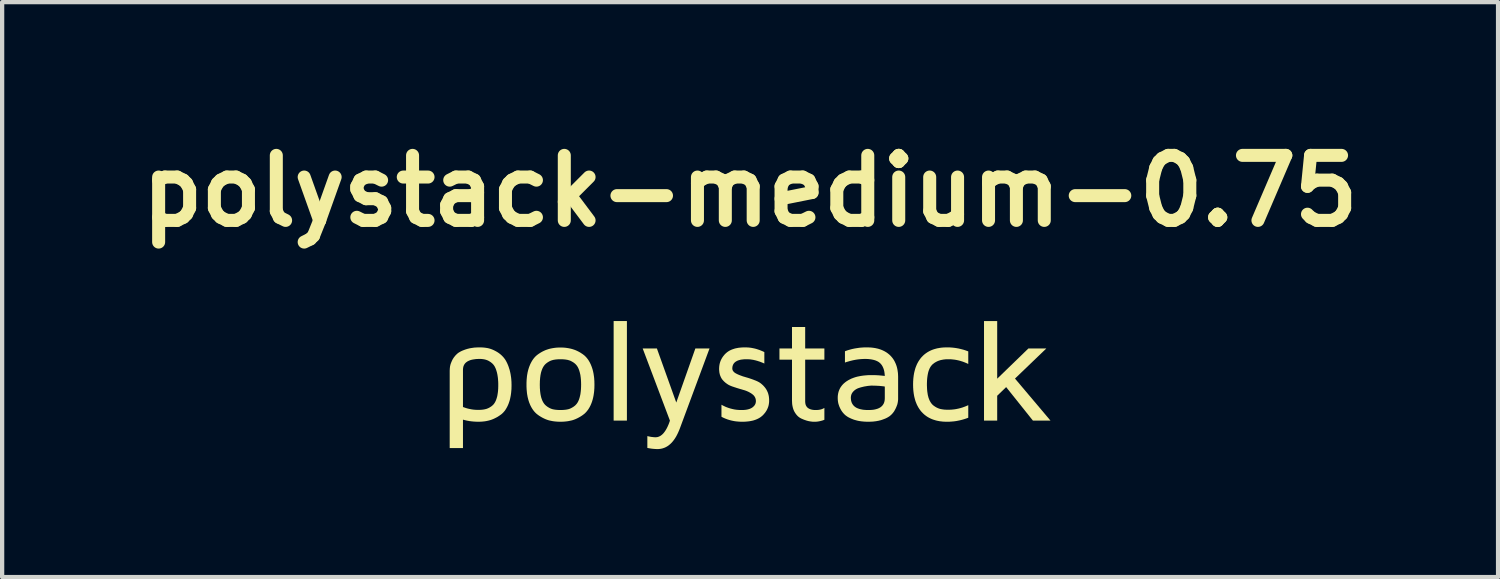
<source format=kicad_pcb>
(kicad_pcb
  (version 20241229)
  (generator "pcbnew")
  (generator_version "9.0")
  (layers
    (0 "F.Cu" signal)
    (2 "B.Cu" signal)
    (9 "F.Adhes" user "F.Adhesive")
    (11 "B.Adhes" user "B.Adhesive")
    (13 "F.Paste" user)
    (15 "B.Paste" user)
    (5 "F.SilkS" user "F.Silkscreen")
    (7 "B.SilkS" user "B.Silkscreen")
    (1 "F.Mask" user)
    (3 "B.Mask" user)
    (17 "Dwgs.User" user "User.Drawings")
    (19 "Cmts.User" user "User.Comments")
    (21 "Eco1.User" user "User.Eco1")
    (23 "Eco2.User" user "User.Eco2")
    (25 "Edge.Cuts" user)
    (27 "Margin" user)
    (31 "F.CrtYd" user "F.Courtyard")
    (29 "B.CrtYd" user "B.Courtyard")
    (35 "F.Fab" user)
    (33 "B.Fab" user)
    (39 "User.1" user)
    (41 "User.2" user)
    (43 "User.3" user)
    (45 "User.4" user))
  (footprint "polystack-medium-0.75"
    (layer "F.Cu")
    (at 14.529 5.974)
    (property "Reference" "polystack-medium-0.75" (at 0 -4.548 0) (layer "F.SilkS") (effects (font (size 1.524 1.524) (thickness 0.305))))
    (attr smd)
    (fp_poly (pts (xy -3.198 0.833) (xy -3.198 -1.5) (xy -2.887 -1.5) (xy -2.887 0.833) (xy -3.198 0.833)) (stroke (width 0) (type solid)) (fill yes) (layer "F.SilkS"))
    (fp_poly (pts (xy 5.482 0.833) (xy 5.482 -1.5) (xy 5.791 -1.5) (xy 5.791 -0.149) (xy 6.522 -0.857) (xy 6.942 -0.857) (xy 6.208 -0.152) (xy 7.04 0.833) (xy 6.628 0.833) (xy 6.001 0.048) (xy 5.791 0.251) (xy 5.791 0.833) (xy 5.482 0.833)) (stroke (width 0) (type solid)) (fill yes) (layer "F.SilkS"))
    (fp_poly (pts (xy 0.688 -0.595) (xy 0.688 -0.857) (xy 0.982 -0.857) (xy 0.982 -1.361) (xy 1.291 -1.361) (xy 1.291 -0.857) (xy 1.741 -0.857) (xy 1.741 -0.595) (xy 1.291 -0.595) (xy 1.291 0.387) (xy 1.292 0.405) (xy 1.294 0.421) (xy 1.296 0.437) (xy 1.3 0.453) (xy 1.304 0.467) (xy 1.31 0.48) (xy 1.317 0.493) (xy 1.325 0.505) (xy 1.333 0.516) (xy 1.343 0.526) (xy 1.354 0.536) (xy 1.366 0.544) (xy 1.379 0.552) (xy 1.393 0.559) (xy 1.408 0.565) (xy 1.424 0.571) (xy 1.441 0.575) (xy 1.459 0.579) (xy 1.478 0.582) (xy 1.498 0.584) (xy 1.519 0.585) (xy 1.541 0.585) (xy 1.545 0.585) (xy 1.567 0.585) (xy 1.589 0.583) (xy 1.611 0.581) (xy 1.632 0.577) (xy 1.652 0.573) (xy 1.671 0.568) (xy 1.69 0.561) (xy 1.707 0.554) (xy 1.725 0.545) (xy 1.741 0.536) (xy 1.741 0.814) (xy 1.722 0.821) (xy 1.703 0.828) (xy 1.683 0.834) (xy 1.664 0.839) (xy 1.645 0.844) (xy 1.626 0.848) (xy 1.606 0.852) (xy 1.587 0.855) (xy 1.568 0.857) (xy 1.548 0.859) (xy 1.529 0.86) (xy 1.51 0.86) (xy 1.502 0.86) (xy 1.484 0.86) (xy 1.466 0.859) (xy 1.448 0.857) (xy 1.429 0.855) (xy 1.41 0.852) (xy 1.391 0.849) (xy 1.371 0.845) (xy 1.355 0.841) (xy 1.339 0.837) (xy 1.321 0.832) (xy 1.304 0.826) (xy 1.285 0.82) (xy 1.266 0.813) (xy 1.246 0.805) (xy 1.225 0.796) (xy 1.204 0.787) (xy 1.187 0.778) (xy 1.17 0.769) (xy 1.154 0.758) (xy 1.138 0.746) (xy 1.123 0.734) (xy 1.109 0.72) (xy 1.095 0.705) (xy 1.082 0.689) (xy 1.069 0.672) (xy 1.057 0.654) (xy 1.045 0.635) (xy 1.036 0.619) (xy 1.028 0.603) (xy 1.021 0.586) (xy 1.014 0.568) (xy 1.008 0.55) (xy 1.003 0.532) (xy 0.998 0.513) (xy 0.994 0.493) (xy 0.99 0.473) (xy 0.987 0.453) (xy 0.985 0.432) (xy 0.984 0.41) (xy 0.983 0.388) (xy 0.982 0.365) (xy 0.982 -0.595) (xy 0.688 -0.595) (xy 0.688 -0.595)) (stroke (width 0) (type solid)) (fill yes) (layer "F.SilkS"))
    (fp_poly (pts (xy -2.517 -0.857) (xy -2.184 -0.857) (xy -1.73 0.41) (xy -1.283 -0.857) (xy -0.951 -0.857) (xy -1.645 1.014) (xy -1.654 1.037) (xy -1.663 1.06) (xy -1.673 1.082) (xy -1.682 1.104) (xy -1.692 1.125) (xy -1.702 1.146) (xy -1.712 1.166) (xy -1.722 1.185) (xy -1.732 1.204) (xy -1.743 1.222) (xy -1.754 1.24) (xy -1.765 1.257) (xy -1.776 1.273) (xy -1.788 1.289) (xy -1.799 1.304) (xy -1.811 1.319) (xy -1.823 1.333) (xy -1.835 1.347) (xy -1.848 1.36) (xy -1.86 1.372) (xy -1.873 1.384) (xy -1.886 1.395) (xy -1.899 1.406) (xy -1.912 1.416) (xy -1.926 1.426) (xy -1.94 1.435) (xy -1.954 1.443) (xy -1.968 1.451) (xy -1.982 1.458) (xy -1.997 1.465) (xy -2.012 1.471) (xy -2.026 1.476) (xy -2.042 1.481) (xy -2.057 1.486) (xy -2.072 1.489) (xy -2.088 1.493) (xy -2.104 1.495) (xy -2.12 1.497) (xy -2.136 1.499) (xy -2.153 1.5) (xy -2.17 1.5) (xy -2.171 1.5) (xy -2.19 1.5) (xy -2.209 1.499) (xy -2.228 1.498) (xy -2.247 1.497) (xy -2.267 1.495) (xy -2.287 1.493) (xy -2.306 1.491) (xy -2.326 1.488) (xy -2.346 1.485) (xy -2.367 1.481) (xy -2.387 1.478) (xy -2.408 1.473) (xy -2.408 1.196) (xy -2.388 1.201) (xy -2.368 1.205) (xy -2.348 1.209) (xy -2.329 1.213) (xy -2.31 1.216) (xy -2.291 1.218) (xy -2.272 1.22) (xy -2.254 1.222) (xy -2.236 1.223) (xy -2.218 1.224) (xy -2.204 1.223) (xy -2.19 1.222) (xy -2.176 1.22) (xy -2.163 1.217) (xy -2.15 1.213) (xy -2.137 1.208) (xy -2.124 1.202) (xy -2.111 1.196) (xy -2.099 1.189) (xy -2.087 1.18) (xy -2.074 1.171) (xy -2.062 1.161) (xy -2.051 1.15) (xy -2.039 1.139) (xy -2.028 1.126) (xy -2.017 1.113) (xy -2.006 1.098) (xy -1.995 1.083) (xy -1.984 1.067) (xy -1.974 1.05) (xy -1.963 1.032) (xy -1.953 1.014) (xy -1.943 0.994) (xy -1.933 0.974) (xy -1.924 0.953) (xy -1.914 0.931) (xy -1.905 0.908) (xy -1.896 0.884) (xy -1.887 0.859) (xy -1.879 0.833) (xy -2.517 -0.857) (xy -2.517 -0.857)) (stroke (width 0) (type solid)) (fill yes) (layer "F.SilkS"))
    (fp_poly (pts (xy 4.025 0.635) (xy 4.013 0.622) (xy 4.002 0.609) (xy 3.991 0.595) (xy 3.981 0.581) (xy 3.971 0.567) (xy 3.961 0.552) (xy 3.951 0.537) (xy 3.942 0.522) (xy 3.933 0.506) (xy 3.925 0.49) (xy 3.916 0.474) (xy 3.908 0.457) (xy 3.901 0.441) (xy 3.894 0.423) (xy 3.887 0.406) (xy 3.88 0.388) (xy 3.874 0.37) (xy 3.868 0.351) (xy 3.863 0.332) (xy 3.858 0.313) (xy 3.853 0.294) (xy 3.848 0.274) (xy 3.844 0.254) (xy 3.84 0.233) (xy 3.837 0.212) (xy 3.833 0.191) (xy 3.831 0.17) (xy 3.828 0.148) (xy 3.826 0.126) (xy 3.824 0.104) (xy 3.823 0.081) (xy 3.821 0.058) (xy 3.821 0.034) (xy 3.82 0.011) (xy 3.82 -0.013) (xy 3.82 -0.037) (xy 3.821 -0.061) (xy 3.821 -0.084) (xy 3.823 -0.107) (xy 3.824 -0.13) (xy 3.826 -0.153) (xy 3.828 -0.175) (xy 3.831 -0.196) (xy 3.833 -0.218) (xy 3.837 -0.239) (xy 3.84 -0.26) (xy 3.844 -0.28) (xy 3.848 -0.3) (xy 3.853 -0.32) (xy 3.858 -0.339) (xy 3.863 -0.358) (xy 3.868 -0.377) (xy 3.874 -0.396) (xy 3.88 -0.414) (xy 3.887 -0.432) (xy 3.894 -0.449) (xy 3.901 -0.466) (xy 3.908 -0.483) (xy 3.916 -0.5) (xy 3.925 -0.516) (xy 3.933 -0.532) (xy 3.942 -0.547) (xy 3.951 -0.563) (xy 3.961 -0.577) (xy 3.971 -0.592) (xy 3.981 -0.606) (xy 3.991 -0.62) (xy 4.002 -0.634) (xy 4.013 -0.647) (xy 4.025 -0.66) (xy 4.038 -0.673) (xy 4.05 -0.686) (xy 4.064 -0.699) (xy 4.077 -0.711) (xy 4.091 -0.722) (xy 4.105 -0.734) (xy 4.12 -0.744) (xy 4.135 -0.755) (xy 4.15 -0.765) (xy 4.166 -0.775) (xy 4.182 -0.784) (xy 4.198 -0.793) (xy 4.215 -0.801) (xy 4.231 -0.809) (xy 4.249 -0.817) (xy 4.266 -0.824) (xy 4.284 -0.831) (xy 4.302 -0.837) (xy 4.321 -0.843) (xy 4.34 -0.848) (xy 4.359 -0.854) (xy 4.378 -0.858) (xy 4.398 -0.863) (xy 4.419 -0.866) (xy 4.439 -0.87) (xy 4.46 -0.873) (xy 4.481 -0.876) (xy 4.503 -0.878) (xy 4.525 -0.88) (xy 4.547 -0.881) (xy 4.569 -0.882) (xy 4.592 -0.883) (xy 4.615 -0.883) (xy 4.636 -0.883) (xy 4.656 -0.882) (xy 4.677 -0.882) (xy 4.697 -0.881) (xy 4.718 -0.879) (xy 4.738 -0.878) (xy 4.758 -0.876) (xy 4.779 -0.873) (xy 4.799 -0.871) (xy 4.819 -0.868) (xy 4.839 -0.865) (xy 4.859 -0.861) (xy 4.879 -0.858) (xy 4.899 -0.853) (xy 4.918 -0.849) (xy 4.938 -0.844) (xy 4.958 -0.839) (xy 4.977 -0.834) (xy 4.997 -0.829) (xy 5.016 -0.823) (xy 5.036 -0.817) (xy 5.055 -0.81) (xy 5.075 -0.803) (xy 5.094 -0.796) (xy 5.113 -0.789) (xy 5.113 -0.494) (xy 5.094 -0.503) (xy 5.075 -0.512) (xy 5.056 -0.52) (xy 5.036 -0.528) (xy 5.017 -0.536) (xy 4.998 -0.543) (xy 4.979 -0.55) (xy 4.959 -0.556) (xy 4.94 -0.562) (xy 4.921 -0.568) (xy 4.901 -0.573) (xy 4.882 -0.578) (xy 4.863 -0.582) (xy 4.843 -0.586) (xy 4.824 -0.59) (xy 4.804 -0.593) (xy 4.785 -0.596) (xy 4.765 -0.598) (xy 4.746 -0.6) (xy 4.727 -0.602) (xy 4.707 -0.604) (xy 4.688 -0.604) (xy 4.668 -0.605) (xy 4.648 -0.605) (xy 4.642 -0.605) (xy 4.619 -0.605) (xy 4.596 -0.604) (xy 4.574 -0.603) (xy 4.553 -0.6) (xy 4.532 -0.598) (xy 4.511 -0.594) (xy 4.491 -0.59) (xy 4.471 -0.586) (xy 4.452 -0.581) (xy 4.434 -0.575) (xy 4.416 -0.569) (xy 4.398 -0.562) (xy 4.381 -0.554) (xy 4.365 -0.546) (xy 4.349 -0.537) (xy 4.333 -0.528) (xy 4.318 -0.518) (xy 4.304 -0.507) (xy 4.29 -0.496) (xy 4.276 -0.485) (xy 4.266 -0.475) (xy 4.257 -0.465) (xy 4.248 -0.454) (xy 4.239 -0.442) (xy 4.23 -0.43) (xy 4.222 -0.417) (xy 4.215 -0.404) (xy 4.207 -0.389) (xy 4.201 -0.374) (xy 4.194 -0.358) (xy 4.188 -0.342) (xy 4.182 -0.325) (xy 4.177 -0.307) (xy 4.172 -0.289) (xy 4.168 -0.27) (xy 4.164 -0.25) (xy 4.16 -0.229) (xy 4.157 -0.208) (xy 4.154 -0.186) (xy 4.151 -0.163) (xy 4.149 -0.14) (xy 4.147 -0.116) (xy 4.146 -0.091) (xy 4.145 -0.066) (xy 4.144 -0.04) (xy 4.144 -0.013) (xy 4.144 0.011) (xy 4.145 0.035) (xy 4.146 0.059) (xy 4.147 0.082) (xy 4.148 0.104) (xy 4.15 0.126) (xy 4.152 0.147) (xy 4.155 0.168) (xy 4.158 0.188) (xy 4.161 0.208) (xy 4.164 0.227) (xy 4.168 0.246) (xy 4.173 0.263) (xy 4.177 0.281) (xy 4.182 0.298) (xy 4.19 0.319) (xy 4.198 0.34) (xy 4.206 0.36) (xy 4.216 0.378) (xy 4.226 0.396) (xy 4.236 0.412) (xy 4.247 0.428) (xy 4.259 0.442) (xy 4.271 0.456) (xy 4.284 0.468) (xy 4.298 0.48) (xy 4.315 0.492) (xy 4.332 0.504) (xy 4.35 0.515) (xy 4.367 0.525) (xy 4.384 0.533) (xy 4.401 0.541) (xy 4.419 0.548) (xy 4.436 0.554) (xy 4.453 0.559) (xy 4.469 0.563) (xy 4.486 0.566) (xy 4.504 0.569) (xy 4.522 0.572) (xy 4.54 0.574) (xy 4.559 0.576) (xy 4.579 0.577) (xy 4.599 0.578) (xy 4.62 0.579) (xy 4.642 0.579) (xy 4.662 0.579) (xy 4.682 0.578) (xy 4.702 0.577) (xy 4.722 0.576) (xy 4.742 0.574) (xy 4.762 0.572) (xy 4.782 0.57) (xy 4.802 0.567) (xy 4.822 0.564) (xy 4.842 0.56) (xy 4.861 0.556) (xy 4.881 0.552) (xy 4.901 0.547) (xy 4.92 0.542) (xy 4.94 0.537) (xy 4.959 0.531) (xy 4.979 0.525) (xy 4.998 0.518) (xy 5.017 0.511) (xy 5.037 0.504) (xy 5.056 0.496) (xy 5.075 0.488) (xy 5.094 0.48) (xy 5.113 0.471) (xy 5.113 0.766) (xy 5.094 0.773) (xy 5.075 0.78) (xy 5.055 0.787) (xy 5.036 0.793) (xy 5.016 0.8) (xy 4.997 0.805) (xy 4.977 0.811) (xy 4.958 0.816) (xy 4.938 0.821) (xy 4.918 0.826) (xy 4.899 0.83) (xy 4.879 0.834) (xy 4.859 0.838) (xy 4.839 0.842) (xy 4.819 0.845) (xy 4.799 0.848) (xy 4.779 0.85) (xy 4.758 0.853) (xy 4.738 0.854) (xy 4.718 0.856) (xy 4.697 0.857) (xy 4.677 0.859) (xy 4.656 0.859) (xy 4.636 0.86) (xy 4.615 0.86) (xy 4.592 0.86) (xy 4.569 0.859) (xy 4.547 0.858) (xy 4.525 0.857) (xy 4.503 0.855) (xy 4.481 0.852) (xy 4.46 0.85) (xy 4.439 0.847) (xy 4.419 0.843) (xy 4.398 0.839) (xy 4.378 0.835) (xy 4.359 0.83) (xy 4.34 0.825) (xy 4.321 0.819) (xy 4.302 0.813) (xy 4.284 0.807) (xy 4.266 0.8) (xy 4.249 0.793) (xy 4.231 0.785) (xy 4.215 0.777) (xy 4.198 0.769) (xy 4.182 0.76) (xy 4.166 0.751) (xy 4.15 0.741) (xy 4.135 0.731) (xy 4.12 0.72) (xy 4.105 0.709) (xy 4.091 0.698) (xy 4.077 0.686) (xy 4.064 0.674) (xy 4.05 0.661) (xy 4.038 0.648) (xy 4.025 0.635) (xy 4.025 0.635)) (stroke (width 0) (type solid)) (fill yes) (layer "F.SilkS"))
    (fp_poly (pts (xy -7.04 1.477) (xy -7.04 -0.339) (xy -6.611 -0.56) (xy -6.625 -0.553) (xy -6.637 -0.544) (xy -6.649 -0.536) (xy -6.66 -0.527) (xy -6.67 -0.517) (xy -6.68 -0.507) (xy -6.688 -0.496) (xy -6.696 -0.484) (xy -6.703 -0.473) (xy -6.709 -0.46) (xy -6.714 -0.447) (xy -6.719 -0.434) (xy -6.722 -0.42) (xy -6.725 -0.405) (xy -6.727 -0.39) (xy -6.728 -0.375) (xy -6.729 -0.359) (xy -6.729 0.514) (xy -6.729 0.514) (xy -6.709 0.522) (xy -6.69 0.528) (xy -6.67 0.535) (xy -6.65 0.541) (xy -6.631 0.547) (xy -6.611 0.552) (xy -6.591 0.557) (xy -6.571 0.561) (xy -6.551 0.565) (xy -6.531 0.569) (xy -6.511 0.572) (xy -6.491 0.575) (xy -6.471 0.577) (xy -6.451 0.579) (xy -6.431 0.58) (xy -6.411 0.581) (xy -6.39 0.582) (xy -6.37 0.582) (xy -6.347 0.582) (xy -6.325 0.581) (xy -6.304 0.58) (xy -6.283 0.578) (xy -6.264 0.576) (xy -6.245 0.573) (xy -6.227 0.57) (xy -6.209 0.566) (xy -6.193 0.562) (xy -6.174 0.557) (xy -6.156 0.55) (xy -6.138 0.542) (xy -6.119 0.533) (xy -6.101 0.523) (xy -6.083 0.512) (xy -6.065 0.5) (xy -6.047 0.486) (xy -6.035 0.475) (xy -6.023 0.464) (xy -6.011 0.451) (xy -6 0.437) (xy -5.99 0.422) (xy -5.98 0.406) (xy -5.971 0.389) (xy -5.962 0.371) (xy -5.954 0.352) (xy -5.947 0.332) (xy -5.94 0.311) (xy -5.935 0.294) (xy -5.93 0.278) (xy -5.926 0.26) (xy -5.922 0.242) (xy -5.919 0.223) (xy -5.916 0.204) (xy -5.913 0.184) (xy -5.91 0.164) (xy -5.908 0.143) (xy -5.906 0.122) (xy -5.905 0.1) (xy -5.903 0.077) (xy -5.903 0.054) (xy -5.902 0.031) (xy -5.902 0.007) (xy -5.902 -0.018) (xy -5.902 -0.042) (xy -5.903 -0.065) (xy -5.904 -0.088) (xy -5.906 -0.11) (xy -5.907 -0.132) (xy -5.909 -0.153) (xy -5.911 -0.173) (xy -5.914 -0.193) (xy -5.917 -0.213) (xy -5.92 -0.232) (xy -5.923 -0.25) (xy -5.927 -0.268) (xy -5.931 -0.286) (xy -5.935 -0.303) (xy -5.94 -0.319) (xy -5.947 -0.342) (xy -5.954 -0.364) (xy -5.962 -0.385) (xy -5.971 -0.405) (xy -5.98 -0.423) (xy -5.989 -0.441) (xy -6 -0.457) (xy -6.01 -0.472) (xy -6.022 -0.485) (xy -6.033 -0.498) (xy -6.046 -0.509) (xy -6.063 -0.524) (xy -6.08 -0.537) (xy -6.098 -0.549) (xy -6.115 -0.559) (xy -6.132 -0.569) (xy -6.149 -0.577) (xy -6.166 -0.584) (xy -6.183 -0.59) (xy -6.2 -0.595) (xy -6.218 -0.6) (xy -6.237 -0.603) (xy -6.256 -0.607) (xy -6.275 -0.609) (xy -6.296 -0.611) (xy -6.317 -0.612) (xy -6.338 -0.612) (xy -6.363 -0.612) (xy -6.387 -0.611) (xy -6.41 -0.61) (xy -6.433 -0.608) (xy -6.454 -0.605) (xy -6.475 -0.602) (xy -6.495 -0.599) (xy -6.514 -0.595) (xy -6.532 -0.591) (xy -6.55 -0.586) (xy -6.566 -0.58) (xy -6.582 -0.574) (xy -6.597 -0.567) (xy -6.611 -0.56) (xy -7.04 -0.339) (xy -7.039 -0.357) (xy -7.038 -0.375) (xy -7.037 -0.393) (xy -7.035 -0.411) (xy -7.033 -0.429) (xy -7.03 -0.446) (xy -7.026 -0.463) (xy -7.022 -0.48) (xy -7.016 -0.498) (xy -7.009 -0.518) (xy -7 -0.539) (xy -6.991 -0.561) (xy -6.98 -0.584) (xy -6.971 -0.602) (xy -6.96 -0.62) (xy -6.949 -0.637) (xy -6.938 -0.653) (xy -6.925 -0.669) (xy -6.912 -0.685) (xy -6.899 -0.7) (xy -6.884 -0.715) (xy -6.869 -0.729) (xy -6.857 -0.74) (xy -6.844 -0.75) (xy -6.83 -0.76) (xy -6.815 -0.769) (xy -6.799 -0.778) (xy -6.782 -0.788) (xy -6.765 -0.796) (xy -6.746 -0.805) (xy -6.726 -0.813) (xy -6.705 -0.821) (xy -6.684 -0.829) (xy -6.661 -0.837) (xy -6.643 -0.842) (xy -6.625 -0.848) (xy -6.607 -0.852) (xy -6.589 -0.857) (xy -6.57 -0.861) (xy -6.55 -0.865) (xy -6.531 -0.868) (xy -6.511 -0.871) (xy -6.49 -0.874) (xy -6.47 -0.877) (xy -6.449 -0.879) (xy -6.427 -0.88) (xy -6.406 -0.881) (xy -6.384 -0.882) (xy -6.361 -0.883) (xy -6.338 -0.883) (xy -6.318 -0.883) (xy -6.297 -0.882) (xy -6.276 -0.881) (xy -6.256 -0.88) (xy -6.235 -0.878) (xy -6.215 -0.876) (xy -6.195 -0.873) (xy -6.175 -0.87) (xy -6.155 -0.867) (xy -6.138 -0.863) (xy -6.121 -0.859) (xy -6.104 -0.854) (xy -6.087 -0.849) (xy -6.069 -0.843) (xy -6.051 -0.836) (xy -6.033 -0.829) (xy -6.015 -0.821) (xy -5.996 -0.812) (xy -5.977 -0.802) (xy -5.958 -0.792) (xy -5.94 -0.782) (xy -5.923 -0.772) (xy -5.906 -0.761) (xy -5.89 -0.75) (xy -5.874 -0.738) (xy -5.858 -0.726) (xy -5.843 -0.713) (xy -5.828 -0.7) (xy -5.814 -0.686) (xy -5.8 -0.672) (xy -5.786 -0.657) (xy -5.773 -0.642) (xy -5.763 -0.629) (xy -5.753 -0.616) (xy -5.743 -0.602) (xy -5.733 -0.587) (xy -5.724 -0.571) (xy -5.715 -0.555) (xy -5.706 -0.539) (xy -5.698 -0.521) (xy -5.689 -0.503) (xy -5.681 -0.484) (xy -5.673 -0.465) (xy -5.665 -0.445) (xy -5.658 -0.424) (xy -5.651 -0.403) (xy -5.644 -0.38) (xy -5.638 -0.363) (xy -5.633 -0.345) (xy -5.629 -0.326) (xy -5.624 -0.308) (xy -5.62 -0.289) (xy -5.616 -0.27) (xy -5.612 -0.25) (xy -5.609 -0.23) (xy -5.606 -0.21) (xy -5.603 -0.19) (xy -5.6 -0.169) (xy -5.598 -0.148) (xy -5.596 -0.127) (xy -5.595 -0.106) (xy -5.593 -0.084) (xy -5.592 -0.062) (xy -5.592 -0.039) (xy -5.591 -0.016) (xy -5.591 0.007) (xy -5.591 0.03) (xy -5.592 0.054) (xy -5.592 0.077) (xy -5.593 0.1) (xy -5.595 0.122) (xy -5.597 0.144) (xy -5.599 0.166) (xy -5.601 0.188) (xy -5.604 0.209) (xy -5.607 0.229) (xy -5.61 0.25) (xy -5.614 0.27) (xy -5.618 0.29) (xy -5.622 0.309) (xy -5.626 0.329) (xy -5.631 0.347) (xy -5.636 0.366) (xy -5.642 0.384) (xy -5.648 0.402) (xy -5.654 0.419) (xy -5.66 0.437) (xy -5.669 0.458) (xy -5.678 0.479) (xy -5.688 0.5) (xy -5.698 0.519) (xy -5.708 0.538) (xy -5.719 0.556) (xy -5.73 0.574) (xy -5.741 0.591) (xy -5.753 0.607) (xy -5.766 0.622) (xy -5.779 0.637) (xy -5.792 0.651) (xy -5.806 0.664) (xy -5.82 0.677) (xy -5.834 0.688) (xy -5.849 0.699) (xy -5.866 0.711) (xy -5.884 0.723) (xy -5.901 0.734) (xy -5.918 0.745) (xy -5.936 0.755) (xy -5.953 0.764) (xy -5.971 0.773) (xy -5.989 0.782) (xy -6.006 0.79) (xy -6.024 0.798) (xy -6.042 0.805) (xy -6.06 0.812) (xy -6.077 0.818) (xy -6.095 0.823) (xy -6.113 0.828) (xy -6.131 0.833) (xy -6.15 0.837) (xy -6.168 0.841) (xy -6.187 0.845) (xy -6.207 0.848) (xy -6.226 0.851) (xy -6.246 0.853) (xy -6.266 0.855) (xy -6.286 0.857) (xy -6.307 0.858) (xy -6.327 0.859) (xy -6.348 0.86) (xy -6.37 0.86) (xy -6.391 0.86) (xy -6.411 0.859) (xy -6.432 0.858) (xy -6.452 0.857) (xy -6.473 0.856) (xy -6.493 0.854) (xy -6.513 0.852) (xy -6.533 0.85) (xy -6.553 0.847) (xy -6.573 0.845) (xy -6.593 0.841) (xy -6.612 0.838) (xy -6.632 0.834) (xy -6.652 0.83) (xy -6.671 0.825) (xy -6.69 0.821) (xy -6.71 0.816) (xy -6.729 0.81) (xy -6.729 1.477) (xy -7.04 1.477) (xy -7.04 1.477)) (stroke (width 0) (type solid)) (fill yes) (layer "F.SilkS"))
    (fp_poly (pts (xy -0.726 -0.379) (xy -0.726 -0.4) (xy -0.724 -0.42) (xy -0.723 -0.44) (xy -0.72 -0.46) (xy -0.717 -0.48) (xy -0.713 -0.499) (xy -0.708 -0.518) (xy -0.702 -0.537) (xy -0.696 -0.555) (xy -0.689 -0.573) (xy -0.681 -0.591) (xy -0.672 -0.608) (xy -0.663 -0.625) (xy -0.653 -0.642) (xy -0.642 -0.658) (xy -0.631 -0.674) (xy -0.618 -0.69) (xy -0.605 -0.706) (xy -0.592 -0.721) (xy -0.577 -0.736) (xy -0.565 -0.747) (xy -0.552 -0.758) (xy -0.539 -0.769) (xy -0.525 -0.779) (xy -0.511 -0.789) (xy -0.496 -0.798) (xy -0.481 -0.807) (xy -0.465 -0.815) (xy -0.448 -0.823) (xy -0.432 -0.83) (xy -0.414 -0.837) (xy -0.396 -0.843) (xy -0.378 -0.849) (xy -0.359 -0.855) (xy -0.34 -0.86) (xy -0.32 -0.864) (xy -0.3 -0.868) (xy -0.279 -0.872) (xy -0.258 -0.875) (xy -0.236 -0.877) (xy -0.213 -0.879) (xy -0.191 -0.881) (xy -0.167 -0.882) (xy -0.143 -0.883) (xy -0.119 -0.883) (xy -0.099 -0.883) (xy -0.079 -0.882) (xy -0.059 -0.881) (xy -0.039 -0.88) (xy -0.019 -0.878) (xy 0.000413 -0.876) (xy 0.02 -0.873) (xy 0.04 -0.87) (xy 0.06 -0.866) (xy 0.08 -0.862) (xy 0.099 -0.858) (xy 0.119 -0.853) (xy 0.139 -0.848) (xy 0.158 -0.842) (xy 0.178 -0.836) (xy 0.198 -0.829) (xy 0.217 -0.823) (xy 0.237 -0.815) (xy 0.256 -0.807) (xy 0.276 -0.799) (xy 0.295 -0.791) (xy 0.315 -0.782) (xy 0.334 -0.772) (xy 0.334 -0.504) (xy 0.313 -0.514) (xy 0.292 -0.523) (xy 0.272 -0.531) (xy 0.251 -0.539) (xy 0.231 -0.547) (xy 0.21 -0.554) (xy 0.19 -0.56) (xy 0.17 -0.567) (xy 0.15 -0.572) (xy 0.13 -0.578) (xy 0.11 -0.582) (xy 0.091 -0.587) (xy 0.071 -0.591) (xy 0.052 -0.594) (xy 0.032 -0.597) (xy 0.013 -0.6) (xy -0.006 -0.602) (xy -0.025 -0.603) (xy -0.044 -0.604) (xy -0.062 -0.605) (xy -0.081 -0.605) (xy -0.105 -0.605) (xy -0.129 -0.604) (xy -0.151 -0.603) (xy -0.173 -0.6) (xy -0.194 -0.598) (xy -0.214 -0.595) (xy -0.233 -0.591) (xy -0.25 -0.586) (xy -0.268 -0.581) (xy -0.284 -0.576) (xy -0.299 -0.569) (xy -0.313 -0.562) (xy -0.326 -0.555) (xy -0.339 -0.547) (xy -0.35 -0.538) (xy -0.361 -0.529) (xy -0.371 -0.519) (xy -0.379 -0.509) (xy -0.387 -0.498) (xy -0.394 -0.486) (xy -0.4 -0.474) (xy -0.405 -0.461) (xy -0.409 -0.448) (xy -0.413 -0.434) (xy -0.415 -0.42) (xy -0.416 -0.404) (xy -0.417 -0.389) (xy -0.416 -0.373) (xy -0.412 -0.358) (xy -0.407 -0.344) (xy -0.399 -0.33) (xy -0.389 -0.317) (xy -0.377 -0.304) (xy -0.363 -0.292) (xy -0.346 -0.28) (xy -0.327 -0.27) (xy -0.311 -0.261) (xy -0.294 -0.253) (xy -0.276 -0.245) (xy -0.258 -0.237) (xy -0.239 -0.23) (xy -0.219 -0.222) (xy -0.199 -0.215) (xy -0.178 -0.207) (xy -0.157 -0.2) (xy -0.135 -0.194) (xy -0.112 -0.187) (xy -0.093 -0.181) (xy -0.074 -0.176) (xy -0.054 -0.17) (xy -0.035 -0.164) (xy -0.016 -0.158) (xy 0.004 -0.151) (xy 0.023 -0.145) (xy 0.042 -0.138) (xy 0.062 -0.131) (xy 0.081 -0.124) (xy 0.1 -0.116) (xy 0.12 -0.109) (xy 0.139 -0.101) (xy 0.157 -0.093) (xy 0.175 -0.085) (xy 0.192 -0.076) (xy 0.209 -0.067) (xy 0.225 -0.057) (xy 0.241 -0.046) (xy 0.257 -0.034) (xy 0.272 -0.021) (xy 0.287 -0.008) (xy 0.301 0.005) (xy 0.316 0.02) (xy 0.329 0.035) (xy 0.343 0.051) (xy 0.356 0.068) (xy 0.367 0.083) (xy 0.377 0.098) (xy 0.386 0.114) (xy 0.395 0.131) (xy 0.403 0.148) (xy 0.411 0.165) (xy 0.418 0.183) (xy 0.424 0.201) (xy 0.429 0.22) (xy 0.434 0.239) (xy 0.438 0.258) (xy 0.441 0.278) (xy 0.443 0.298) (xy 0.445 0.319) (xy 0.446 0.34) (xy 0.446 0.362) (xy 0.446 0.382) (xy 0.445 0.402) (xy 0.443 0.422) (xy 0.44 0.441) (xy 0.437 0.46) (xy 0.433 0.479) (xy 0.428 0.498) (xy 0.422 0.516) (xy 0.415 0.534) (xy 0.408 0.551) (xy 0.4 0.569) (xy 0.391 0.586) (xy 0.382 0.603) (xy 0.371 0.619) (xy 0.36 0.636) (xy 0.348 0.652) (xy 0.335 0.667) (xy 0.322 0.683) (xy 0.308 0.698) (xy 0.293 0.713) (xy 0.281 0.724) (xy 0.268 0.734) (xy 0.255 0.745) (xy 0.241 0.755) (xy 0.227 0.764) (xy 0.213 0.773) (xy 0.198 0.781) (xy 0.182 0.789) (xy 0.166 0.797) (xy 0.149 0.804) (xy 0.132 0.811) (xy 0.115 0.817) (xy 0.097 0.823) (xy 0.078 0.829) (xy 0.059 0.834) (xy 0.04 0.838) (xy 0.019 0.842) (xy -0.001 0.846) (xy -0.022 0.849) (xy -0.044 0.852) (xy -0.066 0.854) (xy -0.088 0.856) (xy -0.111 0.858) (xy -0.135 0.859) (xy -0.159 0.86) (xy -0.184 0.86) (xy -0.205 0.86) (xy -0.227 0.859) (xy -0.248 0.858) (xy -0.269 0.857) (xy -0.29 0.855) (xy -0.311 0.853) (xy -0.331 0.851) (xy -0.352 0.848) (xy -0.372 0.845) (xy -0.392 0.841) (xy -0.412 0.837) (xy -0.431 0.833) (xy -0.451 0.828) (xy -0.47 0.823) (xy -0.489 0.818) (xy -0.508 0.812) (xy -0.527 0.806) (xy -0.546 0.799) (xy -0.564 0.792) (xy -0.583 0.785) (xy -0.601 0.777) (xy -0.619 0.769) (xy -0.636 0.761) (xy -0.654 0.752) (xy -0.671 0.742) (xy -0.671 0.461) (xy -0.653 0.471) (xy -0.635 0.481) (xy -0.616 0.49) (xy -0.597 0.499) (xy -0.579 0.508) (xy -0.56 0.516) (xy -0.541 0.523) (xy -0.522 0.53) (xy -0.502 0.537) (xy -0.483 0.543) (xy -0.464 0.549) (xy -0.444 0.554) (xy -0.425 0.559) (xy -0.405 0.564) (xy -0.385 0.568) (xy -0.366 0.572) (xy -0.346 0.575) (xy -0.326 0.578) (xy -0.306 0.58) (xy -0.285 0.582) (xy -0.265 0.583) (xy -0.245 0.585) (xy -0.224 0.585) (xy -0.203 0.585) (xy -0.197 0.585) (xy -0.172 0.585) (xy -0.149 0.584) (xy -0.126 0.582) (xy -0.104 0.58) (xy -0.084 0.577) (xy -0.064 0.573) (xy -0.045 0.569) (xy -0.027 0.563) (xy -0.01 0.558) (xy 0.007 0.551) (xy 0.022 0.544) (xy 0.036 0.536) (xy 0.05 0.528) (xy 0.066 0.515) (xy 0.081 0.502) (xy 0.093 0.489) (xy 0.105 0.475) (xy 0.114 0.46) (xy 0.122 0.445) (xy 0.128 0.429) (xy 0.132 0.412) (xy 0.135 0.395) (xy 0.136 0.377) (xy 0.135 0.358) (xy 0.133 0.341) (xy 0.129 0.323) (xy 0.124 0.307) (xy 0.117 0.291) (xy 0.109 0.276) (xy 0.099 0.261) (xy 0.088 0.247) (xy 0.076 0.234) (xy 0.062 0.222) (xy 0.046 0.21) (xy 0.031 0.199) (xy 0.016 0.189) (xy 0.000001 0.18) (xy -0.017 0.17) (xy -0.034 0.161) (xy -0.051 0.153) (xy -0.069 0.145) (xy -0.088 0.137) (xy -0.107 0.13) (xy -0.127 0.123) (xy -0.148 0.117) (xy -0.169 0.111) (xy -0.188 0.105) (xy -0.208 0.099) (xy -0.227 0.094) (xy -0.247 0.088) (xy -0.267 0.082) (xy -0.286 0.076) (xy -0.306 0.07) (xy -0.325 0.064) (xy -0.345 0.057) (xy -0.365 0.051) (xy -0.384 0.044) (xy -0.404 0.038) (xy -0.423 0.031) (xy -0.442 0.024) (xy -0.461 0.016) (xy -0.479 0.008) (xy -0.497 -0.001) (xy -0.515 -0.011) (xy -0.532 -0.022) (xy -0.548 -0.033) (xy -0.564 -0.045) (xy -0.58 -0.057) (xy -0.595 -0.071) (xy -0.61 -0.084) (xy -0.624 -0.099) (xy -0.638 -0.114) (xy -0.65 -0.128) (xy -0.66 -0.142) (xy -0.67 -0.157) (xy -0.679 -0.173) (xy -0.687 -0.189) (xy -0.694 -0.206) (xy -0.701 -0.223) (xy -0.707 -0.24) (xy -0.712 -0.259) (xy -0.716 -0.277) (xy -0.72 -0.296) (xy -0.722 -0.316) (xy -0.724 -0.337) (xy -0.726 -0.357) (xy -0.726 -0.379)) (stroke (width 0) (type solid)) (fill yes) (layer "F.SilkS"))
    (fp_poly (pts (xy 2.054 0.301) (xy 2.361 0.298) (xy 2.362 0.315) (xy 2.363 0.331) (xy 2.365 0.348) (xy 2.367 0.363) (xy 2.371 0.378) (xy 2.375 0.393) (xy 2.38 0.407) (xy 2.385 0.42) (xy 2.392 0.433) (xy 2.399 0.446) (xy 2.407 0.457) (xy 2.415 0.469) (xy 2.425 0.48) (xy 2.435 0.49) (xy 2.445 0.5) (xy 2.457 0.509) (xy 2.469 0.518) (xy 2.482 0.526) (xy 2.496 0.534) (xy 2.511 0.541) (xy 2.526 0.547) (xy 2.542 0.553) (xy 2.559 0.559) (xy 2.577 0.564) (xy 2.595 0.568) (xy 2.614 0.572) (xy 2.634 0.576) (xy 2.654 0.579) (xy 2.676 0.581) (xy 2.698 0.583) (xy 2.72 0.584) (xy 2.744 0.585) (xy 2.768 0.585) (xy 2.773 0.585) (xy 2.797 0.585) (xy 2.82 0.584) (xy 2.842 0.583) (xy 2.863 0.581) (xy 2.884 0.579) (xy 2.904 0.576) (xy 2.923 0.572) (xy 2.941 0.568) (xy 2.959 0.563) (xy 2.975 0.558) (xy 2.992 0.553) (xy 3.007 0.546) (xy 3.022 0.54) (xy 3.035 0.532) (xy 3.049 0.525) (xy 3.061 0.516) (xy 3.073 0.507) (xy 3.083 0.498) (xy 3.093 0.488) (xy 3.103 0.477) (xy 3.111 0.466) (xy 3.119 0.455) (xy 3.126 0.443) (xy 3.133 0.43) (xy 3.138 0.417) (xy 3.143 0.403) (xy 3.147 0.389) (xy 3.151 0.374) (xy 3.153 0.359) (xy 3.155 0.343) (xy 3.156 0.326) (xy 3.157 0.309) (xy 3.157 0.035) (xy 3.139 0.032) (xy 3.121 0.029) (xy 3.102 0.027) (xy 3.083 0.025) (xy 3.063 0.023) (xy 3.043 0.021) (xy 3.022 0.019) (xy 3.001 0.018) (xy 2.979 0.017) (xy 2.957 0.016) (xy 2.934 0.015) (xy 2.911 0.014) (xy 2.887 0.014) (xy 2.862 0.013) (xy 2.843 0.013) (xy 2.823 0.014) (xy 2.803 0.016) (xy 2.783 0.018) (xy 2.762 0.02) (xy 2.741 0.023) (xy 2.72 0.027) (xy 2.701 0.03) (xy 2.682 0.033) (xy 2.663 0.037) (xy 2.643 0.042) (xy 2.623 0.047) (xy 2.602 0.052) (xy 2.581 0.058) (xy 2.56 0.065) (xy 2.541 0.071) (xy 2.523 0.078) (xy 2.506 0.086) (xy 2.489 0.095) (xy 2.473 0.105) (xy 2.458 0.115) (xy 2.444 0.127) (xy 2.43 0.139) (xy 2.418 0.152) (xy 2.404 0.168) (xy 2.393 0.184) (xy 2.383 0.201) (xy 2.375 0.219) (xy 2.369 0.238) (xy 2.365 0.257) (xy 2.362 0.277) (xy 2.361 0.298) (xy 2.361 0.298) (xy 2.054 0.301) (xy 2.054 0.28) (xy 2.055 0.26) (xy 2.057 0.24) (xy 2.06 0.22) (xy 2.063 0.201) (xy 2.067 0.182) (xy 2.072 0.164) (xy 2.077 0.146) (xy 2.084 0.128) (xy 2.091 0.111) (xy 2.098 0.094) (xy 2.107 0.077) (xy 2.116 0.061) (xy 2.126 0.045) (xy 2.137 0.03) (xy 2.148 0.015) (xy 2.16 0.000467) (xy 2.173 -0.014) (xy 2.186 -0.028) (xy 2.201 -0.041) (xy 2.216 -0.054) (xy 2.232 -0.067) (xy 2.248 -0.079) (xy 2.265 -0.091) (xy 2.28 -0.1) (xy 2.294 -0.109) (xy 2.309 -0.118) (xy 2.325 -0.126) (xy 2.341 -0.134) (xy 2.357 -0.142) (xy 2.373 -0.15) (xy 2.39 -0.157) (xy 2.407 -0.163) (xy 2.424 -0.17) (xy 2.442 -0.176) (xy 2.46 -0.182) (xy 2.479 -0.188) (xy 2.498 -0.193) (xy 2.517 -0.198) (xy 2.537 -0.202) (xy 2.557 -0.206) (xy 2.577 -0.21) (xy 2.598 -0.214) (xy 2.619 -0.217) (xy 2.64 -0.22) (xy 2.662 -0.223) (xy 2.684 -0.225) (xy 2.707 -0.227) (xy 2.73 -0.229) (xy 2.753 -0.231) (xy 2.776 -0.232) (xy 2.8 -0.233) (xy 2.825 -0.233) (xy 2.849 -0.233) (xy 2.87 -0.233) (xy 2.891 -0.233) (xy 2.912 -0.232) (xy 2.933 -0.232) (xy 2.954 -0.231) (xy 2.975 -0.23) (xy 2.995 -0.229) (xy 3.016 -0.228) (xy 3.036 -0.226) (xy 3.056 -0.224) (xy 3.077 -0.222) (xy 3.097 -0.22) (xy 3.117 -0.218) (xy 3.137 -0.216) (xy 3.157 -0.213) (xy 3.155 -0.238) (xy 3.153 -0.262) (xy 3.15 -0.285) (xy 3.147 -0.307) (xy 3.143 -0.328) (xy 3.138 -0.349) (xy 3.132 -0.369) (xy 3.126 -0.387) (xy 3.119 -0.405) (xy 3.111 -0.422) (xy 3.103 -0.439) (xy 3.094 -0.454) (xy 3.085 -0.469) (xy 3.074 -0.483) (xy 3.063 -0.496) (xy 3.052 -0.508) (xy 3.039 -0.519) (xy 3.028 -0.529) (xy 3.016 -0.538) (xy 3.003 -0.546) (xy 2.989 -0.554) (xy 2.974 -0.562) (xy 2.959 -0.568) (xy 2.943 -0.575) (xy 2.926 -0.581) (xy 2.908 -0.586) (xy 2.89 -0.591) (xy 2.871 -0.595) (xy 2.851 -0.599) (xy 2.83 -0.603) (xy 2.809 -0.605) (xy 2.787 -0.608) (xy 2.764 -0.61) (xy 2.74 -0.611) (xy 2.716 -0.612) (xy 2.69 -0.612) (xy 2.671 -0.612) (xy 2.652 -0.611) (xy 2.633 -0.61) (xy 2.613 -0.609) (xy 2.594 -0.608) (xy 2.574 -0.606) (xy 2.554 -0.604) (xy 2.534 -0.602) (xy 2.514 -0.599) (xy 2.494 -0.596) (xy 2.474 -0.593) (xy 2.453 -0.589) (xy 2.433 -0.585) (xy 2.412 -0.581) (xy 2.392 -0.576) (xy 2.371 -0.571) (xy 2.35 -0.566) (xy 2.329 -0.56) (xy 2.308 -0.554) (xy 2.287 -0.548) (xy 2.265 -0.542) (xy 2.244 -0.535) (xy 2.223 -0.527) (xy 2.223 -0.792) (xy 2.242 -0.799) (xy 2.261 -0.806) (xy 2.28 -0.813) (xy 2.3 -0.819) (xy 2.32 -0.825) (xy 2.339 -0.83) (xy 2.359 -0.836) (xy 2.379 -0.841) (xy 2.399 -0.846) (xy 2.419 -0.85) (xy 2.44 -0.855) (xy 2.46 -0.858) (xy 2.48 -0.862) (xy 2.501 -0.865) (xy 2.522 -0.868) (xy 2.542 -0.871) (xy 2.563 -0.874) (xy 2.584 -0.876) (xy 2.605 -0.878) (xy 2.626 -0.879) (xy 2.647 -0.881) (xy 2.669 -0.882) (xy 2.69 -0.882) (xy 2.712 -0.883) (xy 2.733 -0.883) (xy 2.757 -0.883) (xy 2.78 -0.882) (xy 2.802 -0.881) (xy 2.825 -0.88) (xy 2.846 -0.878) (xy 2.868 -0.876) (xy 2.889 -0.873) (xy 2.91 -0.87) (xy 2.93 -0.867) (xy 2.95 -0.863) (xy 2.97 -0.858) (xy 2.99 -0.854) (xy 3.009 -0.849) (xy 3.027 -0.843) (xy 3.046 -0.837) (xy 3.064 -0.831) (xy 3.081 -0.824) (xy 3.098 -0.817) (xy 3.115 -0.809) (xy 3.132 -0.801) (xy 3.148 -0.793) (xy 3.164 -0.784) (xy 3.179 -0.775) (xy 3.194 -0.766) (xy 3.209 -0.756) (xy 3.224 -0.745) (xy 3.238 -0.734) (xy 3.251 -0.723) (xy 3.265 -0.712) (xy 3.278 -0.699) (xy 3.291 -0.687) (xy 3.303 -0.674) (xy 3.315 -0.66) (xy 3.327 -0.646) (xy 3.338 -0.632) (xy 3.349 -0.617) (xy 3.359 -0.602) (xy 3.369 -0.587) (xy 3.378 -0.571) (xy 3.387 -0.555) (xy 3.395 -0.538) (xy 3.403 -0.521) (xy 3.411 -0.504) (xy 3.418 -0.486) (xy 3.425 -0.468) (xy 3.431 -0.45) (xy 3.437 -0.431) (xy 3.442 -0.412) (xy 3.447 -0.392) (xy 3.451 -0.372) (xy 3.455 -0.352) (xy 3.458 -0.331) (xy 3.461 -0.31) (xy 3.464 -0.289) (xy 3.466 -0.267) (xy 3.467 -0.244) (xy 3.468 -0.222) (xy 3.469 -0.199) (xy 3.469 -0.175) (xy 3.469 0.313) (xy 3.469 0.331) (xy 3.468 0.349) (xy 3.466 0.367) (xy 3.464 0.385) (xy 3.461 0.404) (xy 3.458 0.422) (xy 3.454 0.437) (xy 3.45 0.455) (xy 3.443 0.473) (xy 3.436 0.492) (xy 3.428 0.513) (xy 3.418 0.535) (xy 3.407 0.559) (xy 3.397 0.577) (xy 3.387 0.595) (xy 3.377 0.613) (xy 3.365 0.63) (xy 3.353 0.646) (xy 3.34 0.662) (xy 3.327 0.677) (xy 3.312 0.692) (xy 3.297 0.706) (xy 3.285 0.716) (xy 3.272 0.727) (xy 3.258 0.737) (xy 3.243 0.746) (xy 3.227 0.756) (xy 3.211 0.765) (xy 3.193 0.774) (xy 3.174 0.783) (xy 3.154 0.791) (xy 3.133 0.799) (xy 3.112 0.807) (xy 3.089 0.815) (xy 3.071 0.821) (xy 3.054 0.826) (xy 3.035 0.83) (xy 3.017 0.835) (xy 2.998 0.839) (xy 2.979 0.842) (xy 2.959 0.846) (xy 2.939 0.849) (xy 2.919 0.851) (xy 2.899 0.854) (xy 2.878 0.856) (xy 2.856 0.857) (xy 2.835 0.858) (xy 2.813 0.859) (xy 2.791 0.86) (xy 2.768 0.86) (xy 2.745 0.86) (xy 2.722 0.859) (xy 2.7 0.858) (xy 2.678 0.857) (xy 2.656 0.855) (xy 2.635 0.853) (xy 2.614 0.851) (xy 2.593 0.848) (xy 2.573 0.845) (xy 2.553 0.842) (xy 2.533 0.838) (xy 2.514 0.834) (xy 2.495 0.829) (xy 2.477 0.824) (xy 2.459 0.819) (xy 2.441 0.814) (xy 2.418 0.806) (xy 2.396 0.797) (xy 2.375 0.789) (xy 2.355 0.78) (xy 2.336 0.771) (xy 2.318 0.762) (xy 2.3 0.753) (xy 2.284 0.743) (xy 2.269 0.733) (xy 2.255 0.723) (xy 2.241 0.713) (xy 2.229 0.703) (xy 2.215 0.69) (xy 2.202 0.677) (xy 2.189 0.663) (xy 2.177 0.649) (xy 2.165 0.634) (xy 2.154 0.619) (xy 2.143 0.603) (xy 2.133 0.587) (xy 2.124 0.571) (xy 2.115 0.554) (xy 2.105 0.533) (xy 2.096 0.513) (xy 2.088 0.494) (xy 2.082 0.475) (xy 2.076 0.458) (xy 2.071 0.442) (xy 2.067 0.426) (xy 2.064 0.412) (xy 2.061 0.393) (xy 2.058 0.374) (xy 2.056 0.356) (xy 2.055 0.338) (xy 2.054 0.319) (xy 2.054 0.301) (xy 2.054 0.301)) (stroke (width 0) (type solid)) (fill yes) (layer "F.SilkS"))
    (fp_poly (pts (xy -5.169 0.428) (xy -4.891 -0.322) (xy -4.896 -0.307) (xy -4.9 -0.291) (xy -4.904 -0.274) (xy -4.907 -0.257) (xy -4.911 -0.239) (xy -4.914 -0.221) (xy -4.916 -0.202) (xy -4.919 -0.183) (xy -4.921 -0.163) (xy -4.923 -0.143) (xy -4.924 -0.122) (xy -4.926 -0.101) (xy -4.927 -0.079) (xy -4.927 -0.056) (xy -4.928 -0.033) (xy -4.928 -0.01) (xy -4.928 0.014) (xy -4.927 0.037) (xy -4.927 0.059) (xy -4.926 0.081) (xy -4.924 0.102) (xy -4.923 0.123) (xy -4.921 0.144) (xy -4.919 0.164) (xy -4.916 0.183) (xy -4.914 0.202) (xy -4.911 0.22) (xy -4.907 0.238) (xy -4.904 0.255) (xy -4.9 0.272) (xy -4.896 0.289) (xy -4.891 0.304) (xy -4.884 0.326) (xy -4.876 0.347) (xy -4.868 0.366) (xy -4.859 0.385) (xy -4.849 0.403) (xy -4.839 0.419) (xy -4.828 0.435) (xy -4.817 0.449) (xy -4.805 0.462) (xy -4.792 0.475) (xy -4.779 0.486) (xy -4.762 0.499) (xy -4.746 0.511) (xy -4.729 0.521) (xy -4.713 0.531) (xy -4.696 0.54) (xy -4.679 0.548) (xy -4.662 0.555) (xy -4.645 0.561) (xy -4.629 0.566) (xy -4.611 0.57) (xy -4.593 0.573) (xy -4.574 0.577) (xy -4.555 0.579) (xy -4.534 0.581) (xy -4.513 0.583) (xy -4.491 0.584) (xy -4.468 0.585) (xy -4.445 0.585) (xy -4.421 0.585) (xy -4.398 0.584) (xy -4.376 0.583) (xy -4.355 0.581) (xy -4.334 0.579) (xy -4.314 0.577) (xy -4.295 0.573) (xy -4.277 0.57) (xy -4.26 0.566) (xy -4.243 0.561) (xy -4.226 0.555) (xy -4.209 0.548) (xy -4.193 0.54) (xy -4.176 0.531) (xy -4.159 0.521) (xy -4.142 0.511) (xy -4.126 0.499) (xy -4.109 0.486) (xy -4.096 0.475) (xy -4.084 0.462) (xy -4.072 0.449) (xy -4.06 0.435) (xy -4.05 0.419) (xy -4.039 0.403) (xy -4.03 0.385) (xy -4.021 0.366) (xy -4.013 0.347) (xy -4.005 0.326) (xy -3.999 0.304) (xy -3.994 0.289) (xy -3.99 0.272) (xy -3.986 0.255) (xy -3.982 0.238) (xy -3.978 0.22) (xy -3.975 0.202) (xy -3.973 0.183) (xy -3.97 0.164) (xy -3.968 0.144) (xy -3.966 0.123) (xy -3.964 0.102) (xy -3.963 0.081) (xy -3.962 0.059) (xy -3.961 0.037) (xy -3.961 0.014) (xy -3.96 -0.01) (xy -3.961 -0.033) (xy -3.961 -0.056) (xy -3.962 -0.079) (xy -3.963 -0.101) (xy -3.964 -0.122) (xy -3.966 -0.143) (xy -3.968 -0.163) (xy -3.97 -0.183) (xy -3.973 -0.202) (xy -3.975 -0.221) (xy -3.978 -0.239) (xy -3.982 -0.257) (xy -3.986 -0.274) (xy -3.99 -0.291) (xy -3.994 -0.307) (xy -3.999 -0.322) (xy -4.005 -0.344) (xy -4.013 -0.365) (xy -4.021 -0.385) (xy -4.03 -0.404) (xy -4.039 -0.422) (xy -4.05 -0.439) (xy -4.06 -0.454) (xy -4.072 -0.469) (xy -4.084 -0.482) (xy -4.096 -0.495) (xy -4.109 -0.506) (xy -4.126 -0.519) (xy -4.142 -0.531) (xy -4.159 -0.541) (xy -4.176 -0.551) (xy -4.193 -0.56) (xy -4.209 -0.568) (xy -4.226 -0.575) (xy -4.243 -0.58) (xy -4.26 -0.585) (xy -4.277 -0.59) (xy -4.295 -0.593) (xy -4.314 -0.596) (xy -4.334 -0.599) (xy -4.355 -0.601) (xy -4.376 -0.603) (xy -4.398 -0.604) (xy -4.421 -0.605) (xy -4.445 -0.605) (xy -4.468 -0.605) (xy -4.491 -0.604) (xy -4.513 -0.603) (xy -4.534 -0.601) (xy -4.555 -0.599) (xy -4.574 -0.596) (xy -4.593 -0.593) (xy -4.611 -0.59) (xy -4.629 -0.585) (xy -4.645 -0.58) (xy -4.662 -0.575) (xy -4.679 -0.568) (xy -4.696 -0.56) (xy -4.713 -0.551) (xy -4.729 -0.541) (xy -4.746 -0.531) (xy -4.762 -0.519) (xy -4.779 -0.506) (xy -4.792 -0.495) (xy -4.805 -0.482) (xy -4.817 -0.469) (xy -4.828 -0.454) (xy -4.839 -0.439) (xy -4.849 -0.422) (xy -4.859 -0.404) (xy -4.868 -0.385) (xy -4.876 -0.365) (xy -4.884 -0.344) (xy -4.891 -0.322) (xy -5.169 0.428) (xy -5.176 0.412) (xy -5.182 0.395) (xy -5.187 0.378) (xy -5.193 0.36) (xy -5.198 0.342) (xy -5.203 0.324) (xy -5.207 0.306) (xy -5.212 0.287) (xy -5.216 0.268) (xy -5.219 0.248) (xy -5.223 0.229) (xy -5.226 0.209) (xy -5.229 0.188) (xy -5.231 0.167) (xy -5.233 0.146) (xy -5.235 0.125) (xy -5.237 0.103) (xy -5.238 0.081) (xy -5.239 0.059) (xy -5.24 0.036) (xy -5.24 0.013) (xy -5.24 -0.01) (xy -5.24 -0.033) (xy -5.24 -0.056) (xy -5.239 -0.079) (xy -5.238 -0.101) (xy -5.237 -0.123) (xy -5.235 -0.145) (xy -5.233 -0.166) (xy -5.231 -0.187) (xy -5.229 -0.208) (xy -5.226 -0.228) (xy -5.223 -0.248) (xy -5.219 -0.268) (xy -5.216 -0.287) (xy -5.212 -0.306) (xy -5.207 -0.325) (xy -5.203 -0.343) (xy -5.198 -0.361) (xy -5.193 -0.379) (xy -5.187 -0.396) (xy -5.182 -0.413) (xy -5.176 -0.43) (xy -5.169 -0.446) (xy -5.161 -0.467) (xy -5.152 -0.488) (xy -5.143 -0.507) (xy -5.133 -0.526) (xy -5.123 -0.545) (xy -5.113 -0.562) (xy -5.102 -0.58) (xy -5.091 -0.596) (xy -5.08 -0.612) (xy -5.068 -0.627) (xy -5.056 -0.642) (xy -5.043 -0.656) (xy -5.031 -0.669) (xy -5.017 -0.682) (xy -5.004 -0.694) (xy -4.99 -0.705) (xy -4.976 -0.716) (xy -4.958 -0.729) (xy -4.941 -0.74) (xy -4.923 -0.752) (xy -4.905 -0.763) (xy -4.888 -0.773) (xy -4.87 -0.783) (xy -4.852 -0.792) (xy -4.834 -0.801) (xy -4.816 -0.809) (xy -4.798 -0.817) (xy -4.78 -0.824) (xy -4.762 -0.83) (xy -4.744 -0.836) (xy -4.726 -0.842) (xy -4.708 -0.847) (xy -4.689 -0.852) (xy -4.67 -0.856) (xy -4.651 -0.86) (xy -4.631 -0.864) (xy -4.611 -0.867) (xy -4.591 -0.87) (xy -4.571 -0.873) (xy -4.551 -0.875) (xy -4.53 -0.877) (xy -4.509 -0.878) (xy -4.488 -0.879) (xy -4.467 -0.88) (xy -4.445 -0.88) (xy -4.423 -0.88) (xy -4.402 -0.879) (xy -4.38 -0.878) (xy -4.359 -0.877) (xy -4.339 -0.875) (xy -4.318 -0.873) (xy -4.298 -0.87) (xy -4.278 -0.867) (xy -4.258 -0.864) (xy -4.239 -0.86) (xy -4.22 -0.856) (xy -4.201 -0.852) (xy -4.182 -0.847) (xy -4.164 -0.842) (xy -4.145 -0.836) (xy -4.127 -0.83) (xy -4.109 -0.824) (xy -4.091 -0.817) (xy -4.073 -0.809) (xy -4.055 -0.801) (xy -4.037 -0.792) (xy -4.019 -0.783) (xy -4.001 -0.773) (xy -3.983 -0.763) (xy -3.965 -0.752) (xy -3.948 -0.74) (xy -3.93 -0.729) (xy -3.913 -0.716) (xy -3.898 -0.705) (xy -3.884 -0.694) (xy -3.871 -0.682) (xy -3.858 -0.669) (xy -3.845 -0.656) (xy -3.833 -0.642) (xy -3.82 -0.627) (xy -3.809 -0.612) (xy -3.797 -0.596) (xy -3.786 -0.58) (xy -3.776 -0.562) (xy -3.765 -0.545) (xy -3.755 -0.526) (xy -3.746 -0.507) (xy -3.736 -0.488) (xy -3.728 -0.467) (xy -3.719 -0.446) (xy -3.713 -0.43) (xy -3.707 -0.413) (xy -3.701 -0.396) (xy -3.696 -0.379) (xy -3.69 -0.361) (xy -3.686 -0.343) (xy -3.681 -0.325) (xy -3.677 -0.306) (xy -3.673 -0.287) (xy -3.669 -0.268) (xy -3.666 -0.248) (xy -3.663 -0.228) (xy -3.66 -0.208) (xy -3.657 -0.187) (xy -3.655 -0.166) (xy -3.653 -0.145) (xy -3.652 -0.123) (xy -3.65 -0.101) (xy -3.649 -0.079) (xy -3.649 -0.056) (xy -3.648 -0.033) (xy -3.648 -0.01) (xy -3.648 0.013) (xy -3.649 0.036) (xy -3.649 0.059) (xy -3.65 0.081) (xy -3.652 0.103) (xy -3.653 0.125) (xy -3.655 0.146) (xy -3.657 0.167) (xy -3.66 0.188) (xy -3.663 0.209) (xy -3.666 0.229) (xy -3.669 0.248) (xy -3.673 0.268) (xy -3.677 0.287) (xy -3.681 0.306) (xy -3.686 0.324) (xy -3.69 0.342) (xy -3.696 0.36) (xy -3.701 0.378) (xy -3.707 0.395) (xy -3.713 0.412) (xy -3.719 0.428) (xy -3.728 0.449) (xy -3.736 0.469) (xy -3.746 0.489) (xy -3.755 0.507) (xy -3.765 0.526) (xy -3.776 0.543) (xy -3.786 0.56) (xy -3.797 0.577) (xy -3.809 0.592) (xy -3.82 0.607) (xy -3.833 0.622) (xy -3.845 0.636) (xy -3.858 0.649) (xy -3.871 0.662) (xy -3.884 0.674) (xy -3.898 0.685) (xy -3.913 0.696) (xy -3.93 0.709) (xy -3.948 0.721) (xy -3.965 0.732) (xy -3.983 0.743) (xy -4.001 0.753) (xy -4.019 0.763) (xy -4.037 0.773) (xy -4.055 0.781) (xy -4.073 0.79) (xy -4.091 0.798) (xy -4.109 0.805) (xy -4.127 0.812) (xy -4.145 0.818) (xy -4.164 0.824) (xy -4.182 0.829) (xy -4.201 0.833) (xy -4.22 0.837) (xy -4.239 0.841) (xy -4.258 0.845) (xy -4.278 0.848) (xy -4.298 0.851) (xy -4.318 0.853) (xy -4.339 0.855) (xy -4.359 0.857) (xy -4.38 0.858) (xy -4.402 0.859) (xy -4.423 0.86) (xy -4.445 0.86) (xy -4.467 0.86) (xy -4.488 0.859) (xy -4.509 0.858) (xy -4.53 0.857) (xy -4.551 0.855) (xy -4.571 0.853) (xy -4.591 0.851) (xy -4.611 0.848) (xy -4.631 0.845) (xy -4.651 0.841) (xy -4.67 0.837) (xy -4.689 0.833) (xy -4.708 0.829) (xy -4.726 0.824) (xy -4.744 0.818) (xy -4.762 0.812) (xy -4.78 0.805) (xy -4.798 0.798) (xy -4.816 0.79) (xy -4.834 0.781) (xy -4.852 0.773) (xy -4.87 0.763) (xy -4.888 0.753) (xy -4.905 0.743) (xy -4.923 0.732) (xy -4.941 0.721) (xy -4.958 0.709) (xy -4.976 0.696) (xy -4.99 0.685) (xy -5.004 0.674) (xy -5.017 0.662) (xy -5.031 0.649) (xy -5.043 0.636) (xy -5.056 0.622) (xy -5.068 0.607) (xy -5.08 0.592) (xy -5.091 0.577) (xy -5.102 0.56) (xy -5.113 0.543) (xy -5.123 0.526) (xy -5.133 0.507) (xy -5.143 0.489) (xy -5.152 0.469) (xy -5.161 0.449) (xy -5.169 0.428)) (stroke (width 0) (type solid)) (fill yes) (layer "F.SilkS")))
  (gr_rect
    (start -3 -3)
    (end 32.058 10.474)
    (stroke (width 0.1) (type default))
    (fill no)
    (layer "Edge.Cuts")))
</source>
